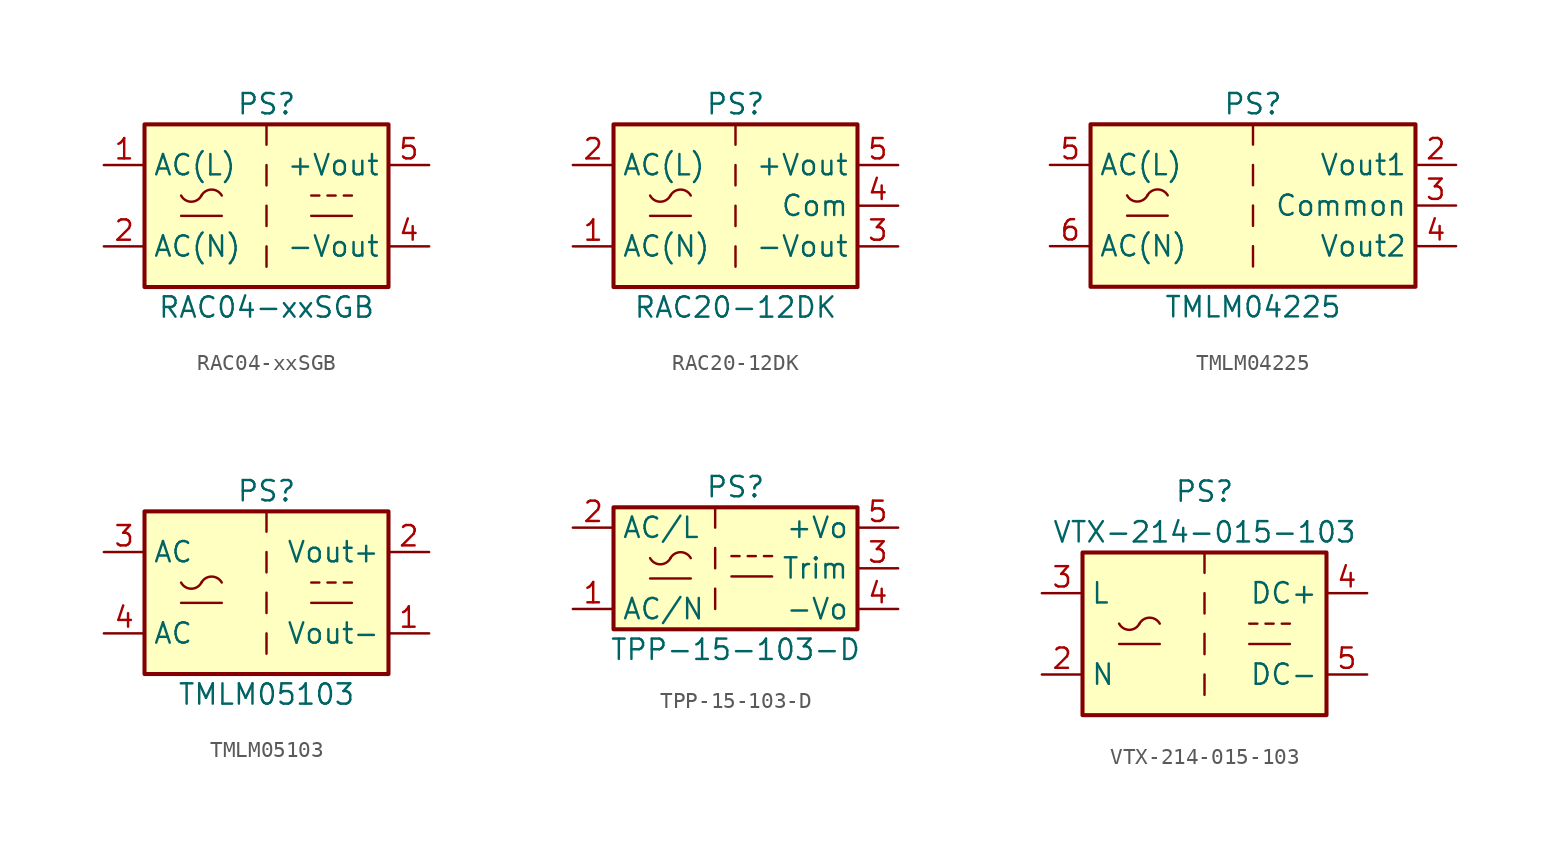
<source format=kicad_sym>
(kicad_symbol_lib
  (version 20220914)
  (generator kicad_symbol_editor)
  (symbol "RAC04-xxSGB"
    (property "Reference" "PS"
      (at 0 6.35 0)
      (effects (font (size 1.27 1.27))))
    (property "Value" "RAC04-xxSGB"
      (at 0 -6.35 0)
      (effects (font (size 1.27 1.27))))
    (symbol "RAC04-xxSGB_1_1"
      (rectangle (start -7.62 5.08) (end 7.62 -5.08) (stroke (width 0.254) (type default)) (fill (type background)))
      (arc (start -5.334 0.635) (mid -4.699 0.2495) (end -4.064 0.635) (stroke (width 0) (type default)) (fill (type none)))
      (arc (start -2.794 0.635) (mid -3.429 1.0072) (end -4.064 0.635) (stroke (width 0) (type default)) (fill (type none)))
      (polyline (pts (xy -5.334 -0.635) (xy -2.794 -0.635)) (stroke (width 0) (type default)) (fill (type none)))
      (polyline (pts (xy 0 -2.54) (xy 0 -3.81)) (stroke (width 0) (type default)) (fill (type none)))
      (polyline (pts (xy 0 0) (xy 0 -1.27)) (stroke (width 0) (type default)) (fill (type none)))
      (polyline (pts (xy 0 2.54) (xy 0 1.27)) (stroke (width 0) (type default)) (fill (type none)))
      (polyline (pts (xy 0 5.08) (xy 0 3.81)) (stroke (width 0) (type default)) (fill (type none)))
      (polyline (pts (xy 2.794 -0.635) (xy 5.334 -0.635)) (stroke (width 0) (type default)) (fill (type none)))
      (polyline (pts (xy 2.794 0.635) (xy 3.302 0.635)) (stroke (width 0) (type default)) (fill (type none)))
      (polyline (pts (xy 3.81 0.635) (xy 4.318 0.635)) (stroke (width 0) (type default)) (fill (type none)))
      (polyline (pts (xy 4.826 0.635) (xy 5.334 0.635)) (stroke (width 0) (type default)) (fill (type none)))
      (pin power_in line (at -10.16 2.54 0) (length 2.54) (name "AC(L)" (effects (font (size 1.27 1.27)))) (number "1" (effects (font (size 1.27 1.27)))))
      (pin power_in line (at -10.16 -2.54 0) (length 2.54) (name "AC(N)" (effects (font (size 1.27 1.27)))) (number "2" (effects (font (size 1.27 1.27)))))
      (pin no_connect line (at 7.62 0 180) (length 2.54) hide (name "NC" (effects (font (size 1.27 1.27)))) (number "3" (effects (font (size 1.27 1.27)))))
      (pin power_out line (at 10.16 -2.54 180) (length 2.54) (name "-Vout" (effects (font (size 1.27 1.27)))) (number "4" (effects (font (size 1.27 1.27)))))
      (pin power_out line (at 10.16 2.54 180) (length 2.54) (name "+Vout" (effects (font (size 1.27 1.27)))) (number "5" (effects (font (size 1.27 1.27)))))))
  (symbol "RAC20-12DK"
    (property "Reference" "PS"
      (at 0 6.35 0)
      (effects (font (size 1.27 1.27))))
    (property "Value" "RAC20-12DK"
      (at 0 -6.35 0)
      (effects (font (size 1.27 1.27))))
    (symbol "RAC20-12DK_0_1"
      (rectangle (start -7.62 5.08) (end 7.62 -5.08) (stroke (width 0.254) (type default)) (fill (type background)))
      (arc (start -5.334 0.635) (mid -4.699 0.2495) (end -4.064 0.635) (stroke (width 0) (type default)) (fill (type none)))
      (arc (start -2.794 0.635) (mid -3.429 1.0072) (end -4.064 0.635) (stroke (width 0) (type default)) (fill (type none)))
      (polyline (pts (xy -5.334 -0.635) (xy -2.794 -0.635)) (stroke (width 0) (type default)) (fill (type none)))
      (polyline (pts (xy 0 -2.54) (xy 0 -3.81)) (stroke (width 0) (type default)) (fill (type none)))
      (polyline (pts (xy 0 0) (xy 0 -1.27)) (stroke (width 0) (type default)) (fill (type none)))
      (polyline (pts (xy 0 2.54) (xy 0 1.27)) (stroke (width 0) (type default)) (fill (type none)))
      (polyline (pts (xy 0 5.08) (xy 0 3.81)) (stroke (width 0) (type default)) (fill (type none))))
    (symbol "RAC20-12DK_1_1"
      (pin power_in line (at -10.16 -2.54 0) (length 2.54) (name "AC(N)" (effects (font (size 1.27 1.27)))) (number "1" (effects (font (size 1.27 1.27)))))
      (pin power_in line (at -10.16 2.54 0) (length 2.54) (name "AC(L)" (effects (font (size 1.27 1.27)))) (number "2" (effects (font (size 1.27 1.27)))))
      (pin power_out line (at 10.16 -2.54 180) (length 2.54) (name "-Vout" (effects (font (size 1.27 1.27)))) (number "3" (effects (font (size 1.27 1.27)))))
      (pin power_out line (at 10.16 0 180) (length 2.54) (name "Com" (effects (font (size 1.27 1.27)))) (number "4" (effects (font (size 1.27 1.27)))))
      (pin power_out line (at 10.16 2.54 180) (length 2.54) (name "+Vout" (effects (font (size 1.27 1.27)))) (number "5" (effects (font (size 1.27 1.27)))))))
  (symbol "TMLM04225"
    (property "Reference" "PS"
      (at 0 6.35 0)
      (effects (font (size 1.27 1.27))))
    (property "Value" "TMLM04225"
      (at 0 -6.35 0)
      (effects (font (size 1.27 1.27))))
    (symbol "TMLM04225_0_1"
      (rectangle (start -10.16 5.08) (end 10.16 -5.08) (stroke (width 0.254) (type default)) (fill (type background)))
      (arc (start -7.874 0.635) (mid -7.239 0.2495) (end -6.604 0.635) (stroke (width 0) (type default)) (fill (type none)))
      (arc (start -5.334 0.635) (mid -5.969 1.0072) (end -6.604 0.635) (stroke (width 0) (type default)) (fill (type none)))
      (polyline (pts (xy -7.874 -0.635) (xy -5.334 -0.635)) (stroke (width 0) (type default)) (fill (type none)))
      (polyline (pts (xy 0 -2.54) (xy 0 -3.81)) (stroke (width 0) (type default)) (fill (type none)))
      (polyline (pts (xy 0 0) (xy 0 -1.27)) (stroke (width 0) (type default)) (fill (type none)))
      (polyline (pts (xy 0 2.54) (xy 0 1.27)) (stroke (width 0) (type default)) (fill (type none)))
      (polyline (pts (xy 0 5.08) (xy 0 3.81)) (stroke (width 0) (type default)) (fill (type none))))
    (symbol "TMLM04225_1_1"
      (pin power_out line (at 12.7 2.54 180) (length 2.54) (name "Vout1" (effects (font (size 1.27 1.27)))) (number "2" (effects (font (size 1.27 1.27)))))
      (pin power_out line (at 12.7 0 180) (length 2.54) (name "Common" (effects (font (size 1.27 1.27)))) (number "3" (effects (font (size 1.27 1.27)))))
      (pin power_out line (at 12.7 -2.54 180) (length 2.54) (name "Vout2" (effects (font (size 1.27 1.27)))) (number "4" (effects (font (size 1.27 1.27)))))
      (pin power_in line (at -12.7 2.54 0) (length 2.54) (name "AC(L)" (effects (font (size 1.27 1.27)))) (number "5" (effects (font (size 1.27 1.27)))))
      (pin power_in line (at -12.7 -2.54 0) (length 2.54) (name "AC(N)" (effects (font (size 1.27 1.27)))) (number "6" (effects (font (size 1.27 1.27)))))))
  (symbol "TMLM05103"
    (property "Reference" "PS"
      (at 0 6.35 0)
      (effects (font (size 1.27 1.27))))
    (property "Value" "TMLM05103"
      (at 0 -6.35 0)
      (effects (font (size 1.27 1.27))))
    (symbol "TMLM05103_0_1"
      (rectangle (start -7.62 5.08) (end 7.62 -5.08) (stroke (width 0.254) (type default)) (fill (type background)))
      (arc (start -5.334 0.635) (mid -4.699 0.2495) (end -4.064 0.635) (stroke (width 0) (type default)) (fill (type none)))
      (arc (start -2.794 0.635) (mid -3.429 1.0072) (end -4.064 0.635) (stroke (width 0) (type default)) (fill (type none)))
      (polyline (pts (xy -5.334 -0.635) (xy -2.794 -0.635)) (stroke (width 0) (type default)) (fill (type none)))
      (polyline (pts (xy 0 -2.54) (xy 0 -3.81)) (stroke (width 0) (type default)) (fill (type none)))
      (polyline (pts (xy 0 0) (xy 0 -1.27)) (stroke (width 0) (type default)) (fill (type none)))
      (polyline (pts (xy 0 2.54) (xy 0 1.27)) (stroke (width 0) (type default)) (fill (type none)))
      (polyline (pts (xy 0 5.08) (xy 0 3.81)) (stroke (width 0) (type default)) (fill (type none)))
      (polyline (pts (xy 2.794 -0.635) (xy 5.334 -0.635)) (stroke (width 0) (type default)) (fill (type none)))
      (polyline (pts (xy 2.794 0.635) (xy 3.302 0.635)) (stroke (width 0) (type default)) (fill (type none)))
      (polyline (pts (xy 3.81 0.635) (xy 4.318 0.635)) (stroke (width 0) (type default)) (fill (type none)))
      (polyline (pts (xy 4.826 0.635) (xy 5.334 0.635)) (stroke (width 0) (type default)) (fill (type none))))
    (symbol "TMLM05103_1_1"
      (pin power_out line (at 10.16 -2.54 180) (length 2.54) (name "Vout-" (effects (font (size 1.27 1.27)))) (number "1" (effects (font (size 1.27 1.27)))))
      (pin power_out line (at 10.16 2.54 180) (length 2.54) (name "Vout+" (effects (font (size 1.27 1.27)))) (number "2" (effects (font (size 1.27 1.27)))))
      (pin power_in line (at -10.16 2.54 0) (length 2.54) (name "AC" (effects (font (size 1.27 1.27)))) (number "3" (effects (font (size 1.27 1.27)))))
      (pin power_in line (at -10.16 -2.54 0) (length 2.54) (name "AC" (effects (font (size 1.27 1.27)))) (number "4" (effects (font (size 1.27 1.27)))))))
  (symbol "TPP-15-103-D"
    (property "Reference" "PS"
      (at 0 5.08 0)
      (effects (font (size 1.27 1.27))))
    (property "Value" "TPP-15-103-D"
      (at 0 -5.08 0)
      (effects (font (size 1.27 1.27))))
    (symbol "TPP-15-103-D_0_1"
      (rectangle (start -7.62 3.81) (end 7.62 -3.81) (stroke (width 0.254) (type default)) (fill (type background)))
      (arc (start -5.334 0.635) (mid -4.699 0.2495) (end -4.064 0.635) (stroke (width 0) (type default)) (fill (type none)))
      (arc (start -2.794 0.635) (mid -3.429 1.0072) (end -4.064 0.635) (stroke (width 0) (type default)) (fill (type none)))
      (polyline (pts (xy -5.334 -0.635) (xy -2.794 -0.635)) (stroke (width 0) (type default)) (fill (type none)))
      (polyline (pts (xy -0.254 -0.508) (xy 2.286 -0.508)) (stroke (width 0) (type default)) (fill (type none)))
      (polyline (pts (xy -0.254 0.762) (xy 0.254 0.762)) (stroke (width 0) (type default)) (fill (type none)))
      (polyline (pts (xy 0.762 0.762) (xy 1.27 0.762)) (stroke (width 0) (type default)) (fill (type none)))
      (polyline (pts (xy 1.778 0.762) (xy 2.286 0.762)) (stroke (width 0) (type default)) (fill (type none))))
    (symbol "TPP-15-103-D_1_1"
      (polyline (pts (xy -1.27 -1.27) (xy -1.27 -2.54)) (stroke (width 0) (type default)) (fill (type none)))
      (polyline (pts (xy -1.27 1.27) (xy -1.27 0)) (stroke (width 0) (type default)) (fill (type none)))
      (polyline (pts (xy -1.27 3.81) (xy -1.27 2.54)) (stroke (width 0) (type default)) (fill (type none)))
      (pin power_in line (at -10.16 -2.54 0) (length 2.54) (name "AC/N" (effects (font (size 1.27 1.27)))) (number "1" (effects (font (size 1.27 1.27)))))
      (pin power_in line (at -10.16 2.54 0) (length 2.54) (name "AC/L" (effects (font (size 1.27 1.27)))) (number "2" (effects (font (size 1.27 1.27)))))
      (pin passive line (at 10.16 0 180) (length 2.54) (name "Trim" (effects (font (size 1.27 1.27)))) (number "3" (effects (font (size 1.27 1.27)))))
      (pin power_out line (at 10.16 -2.54 180) (length 2.54) (name "-Vo" (effects (font (size 1.27 1.27)))) (number "4" (effects (font (size 1.27 1.27)))))
      (pin power_out line (at 10.16 2.54 180) (length 2.54) (name "+Vo" (effects (font (size 1.27 1.27)))) (number "5" (effects (font (size 1.27 1.27)))))))
  (symbol "VTX-214-015-103"
    (property "Reference" "PS"
      (at 0 8.89 0)
      (effects (font (size 1.27 1.27))))
    (property "Value" "VTX-214-015-103"
      (at 0 6.35 0)
      (effects (font (size 1.27 1.27))))
    (symbol "VTX-214-015-103_0_1"
      (rectangle (start -7.62 5.08) (end 7.62 -5.08) (stroke (width 0.254) (type default)) (fill (type background)))
      (arc (start -5.334 0.635) (mid -4.699 0.2495) (end -4.064 0.635) (stroke (width 0) (type default)) (fill (type none)))
      (arc (start -2.794 0.635) (mid -3.429 1.0072) (end -4.064 0.635) (stroke (width 0) (type default)) (fill (type none)))
      (polyline (pts (xy -5.334 -0.635) (xy -2.794 -0.635)) (stroke (width 0) (type default)) (fill (type none)))
      (polyline (pts (xy 2.794 -0.635) (xy 5.334 -0.635)) (stroke (width 0) (type default)) (fill (type none)))
      (polyline (pts (xy 2.794 0.635) (xy 3.302 0.635)) (stroke (width 0) (type default)) (fill (type none)))
      (polyline (pts (xy 3.81 0.635) (xy 4.318 0.635)) (stroke (width 0) (type default)) (fill (type none)))
      (polyline (pts (xy 4.826 0.635) (xy 5.334 0.635)) (stroke (width 0) (type default)) (fill (type none))))
    (symbol "VTX-214-015-103_1_1"
      (polyline (pts (xy 0 -2.54) (xy 0 -3.81)) (stroke (width 0) (type default)) (fill (type none)))
      (polyline (pts (xy 0 0) (xy 0 -1.27)) (stroke (width 0) (type default)) (fill (type none)))
      (polyline (pts (xy 0 2.54) (xy 0 1.27)) (stroke (width 0) (type default)) (fill (type none)))
      (polyline (pts (xy 0 5.08) (xy 0 3.81)) (stroke (width 0) (type default)) (fill (type none)))
      (pin no_connect line (at 0 -5.08 90) (length 2.54) hide (name "FG" (effects (font (size 1.27 1.27)))) (number "1" (effects (font (size 1.27 1.27)))))
      (pin power_in line (at -10.16 -2.54 0) (length 2.54) (name "N" (effects (font (size 1.27 1.27)))) (number "2" (effects (font (size 1.27 1.27)))))
      (pin power_in line (at -10.16 2.54 0) (length 2.54) (name "L" (effects (font (size 1.27 1.27)))) (number "3" (effects (font (size 1.27 1.27)))))
      (pin power_out line (at 10.16 2.54 180) (length 2.54) (name "DC+" (effects (font (size 1.27 1.27)))) (number "4" (effects (font (size 1.27 1.27)))))
      (pin power_out line (at 10.16 -2.54 180) (length 2.54) (name "DC-" (effects (font (size 1.27 1.27)))) (number "5" (effects (font (size 1.27 1.27))))))))
</source>
